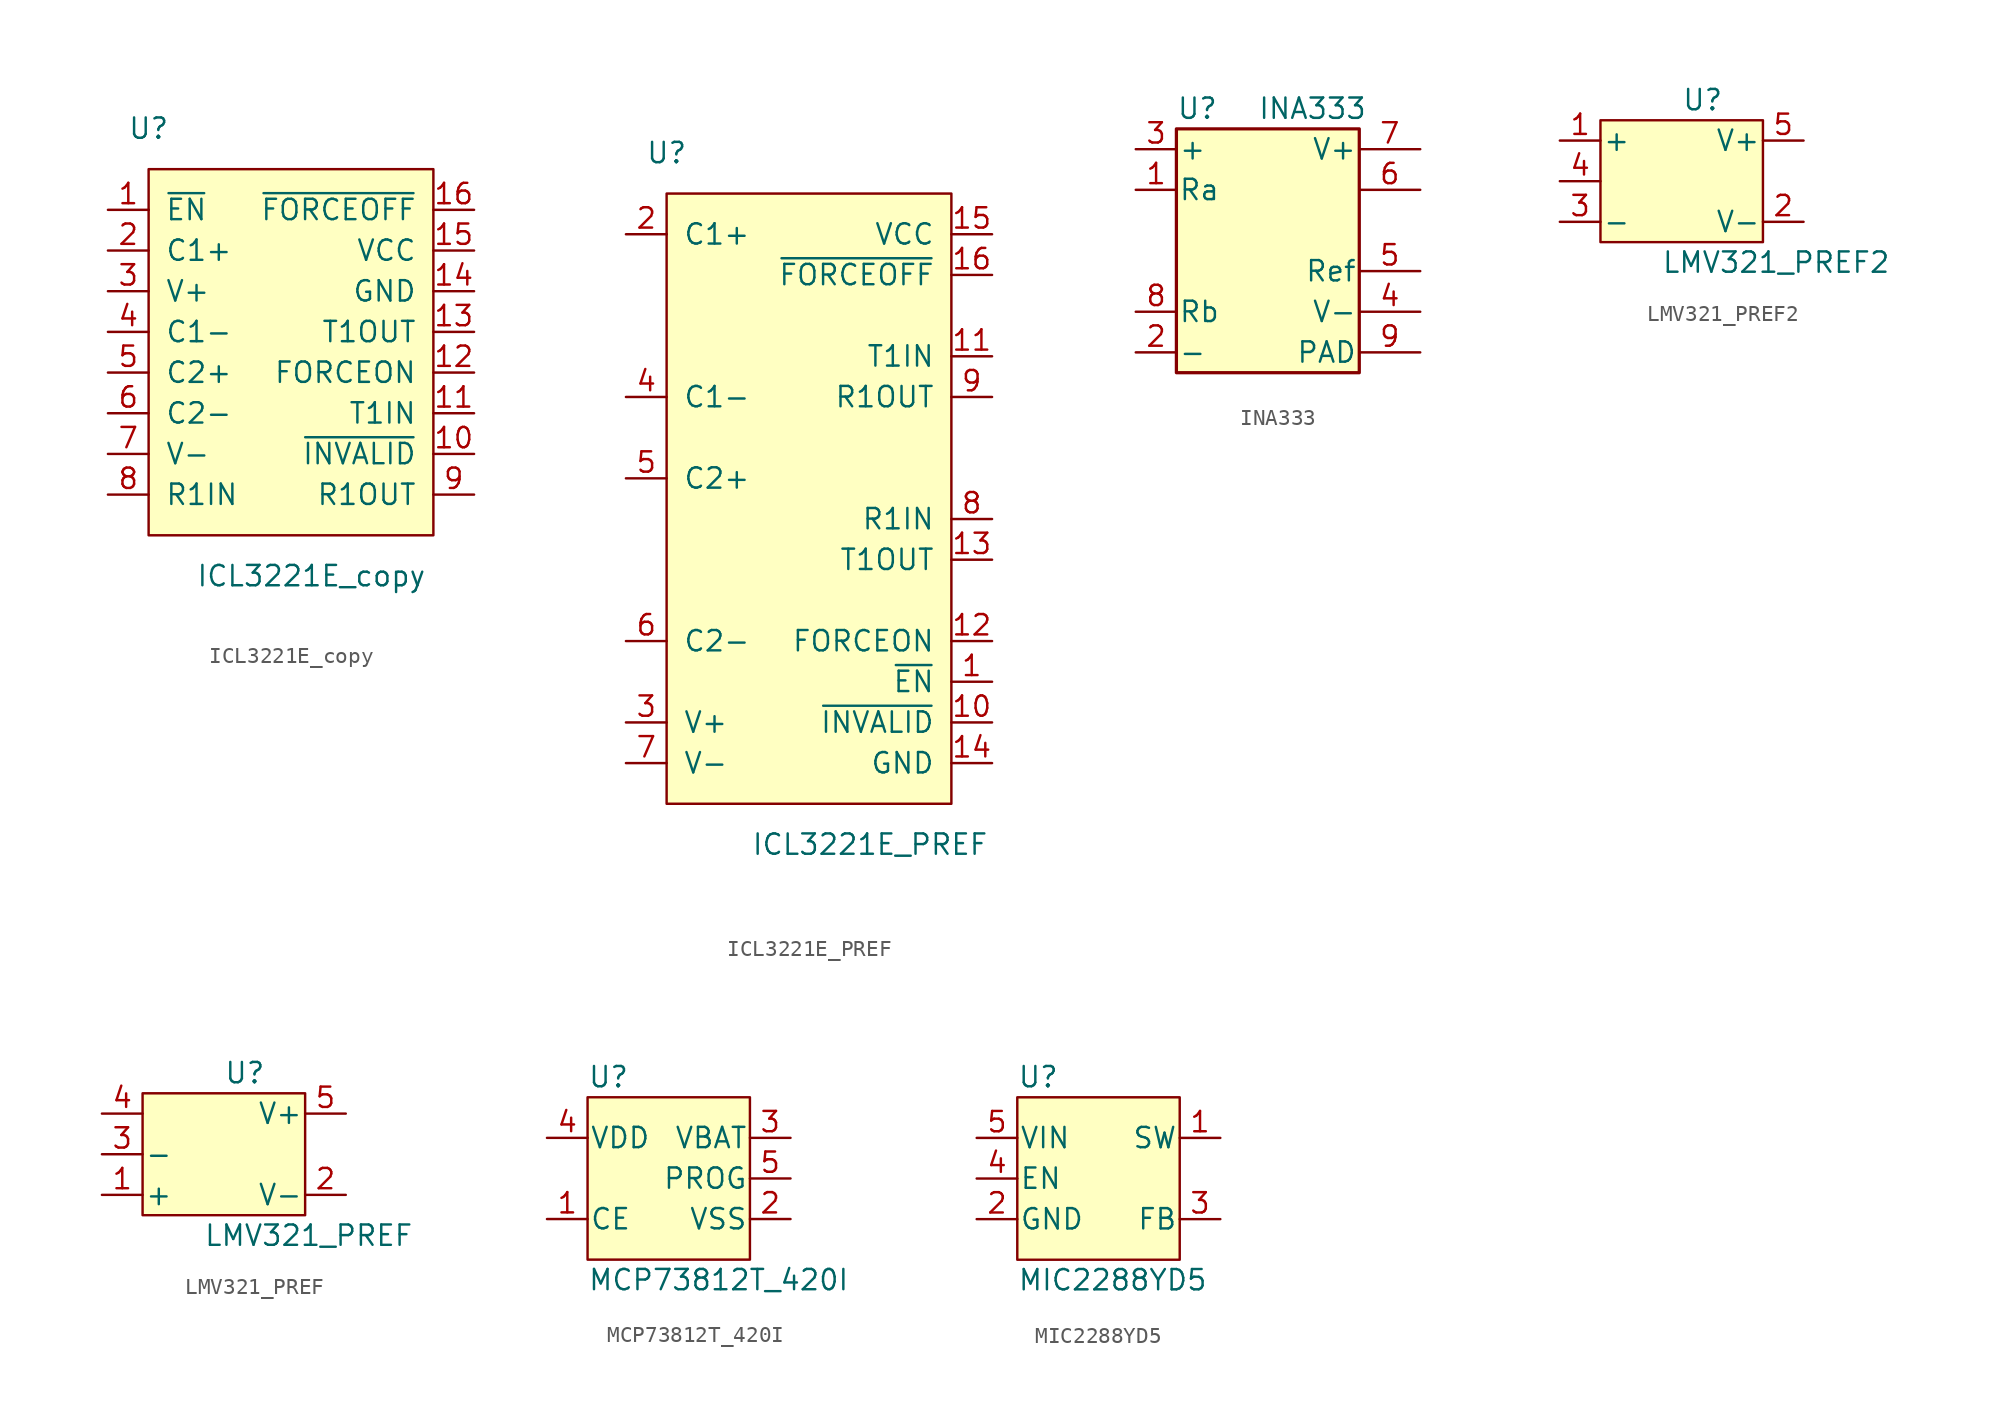
<source format=kicad_sym>
(kicad_symbol_lib
  (version 20220914)
  (generator kicad_symbol_editor)
  (symbol "ICL3221E_copy"
    (pin_names
      (offset 1.016))
    (property "Reference" "U"
      (at -2.54 7.62 0)
      (effects (font (size 1.27 1.27))))
    (property "Value" "ICL3221E_copy"
      (at 7.62 -20.32 0)
      (effects (font (size 1.27 1.27))))
    (symbol "ICL3221E_copy_0_1"
      (rectangle (start -2.54 2.54) (end -2.54 2.54) (stroke (width 0) (type solid)) (fill (type none)))
      (rectangle (start -2.54 5.08) (end 15.24 -17.78) (stroke (width 0) (type solid)) (fill (type background))))
    (symbol "ICL3221E_copy_1_1"
      (pin input line (at -5.08 2.54 0) (length 2.54) (name "~{EN}" (effects (font (size 1.27 1.27)))) (number "1" (effects (font (size 1.27 1.27)))))
      (pin input line (at 17.78 -12.7 180) (length 2.54) (name "~{INVALID}" (effects (font (size 1.27 1.27)))) (number "10" (effects (font (size 1.27 1.27)))))
      (pin input line (at 17.78 -10.16 180) (length 2.54) (name "T1IN" (effects (font (size 1.27 1.27)))) (number "11" (effects (font (size 1.27 1.27)))))
      (pin input line (at 17.78 -7.62 180) (length 2.54) (name "FORCEON" (effects (font (size 1.27 1.27)))) (number "12" (effects (font (size 1.27 1.27)))))
      (pin output line (at 17.78 -5.08 180) (length 2.54) (name "T1OUT" (effects (font (size 1.27 1.27)))) (number "13" (effects (font (size 1.27 1.27)))))
      (pin power_in line (at 17.78 -2.54 180) (length 2.54) (name "GND" (effects (font (size 1.27 1.27)))) (number "14" (effects (font (size 1.27 1.27)))))
      (pin power_in line (at 17.78 0 180) (length 2.54) (name "VCC" (effects (font (size 1.27 1.27)))) (number "15" (effects (font (size 1.27 1.27)))))
      (pin input line (at 17.78 2.54 180) (length 2.54) (name "~{FORCEOFF}" (effects (font (size 1.27 1.27)))) (number "16" (effects (font (size 1.27 1.27)))))
      (pin passive line (at -5.08 0 0) (length 2.54) (name "C1+" (effects (font (size 1.27 1.27)))) (number "2" (effects (font (size 1.27 1.27)))))
      (pin passive line (at -5.08 -2.54 0) (length 2.54) (name "V+" (effects (font (size 1.27 1.27)))) (number "3" (effects (font (size 1.27 1.27)))))
      (pin passive line (at -5.08 -5.08 0) (length 2.54) (name "C1-" (effects (font (size 1.27 1.27)))) (number "4" (effects (font (size 1.27 1.27)))))
      (pin passive line (at -5.08 -7.62 0) (length 2.54) (name "C2+" (effects (font (size 1.27 1.27)))) (number "5" (effects (font (size 1.27 1.27)))))
      (pin passive line (at -5.08 -10.16 0) (length 2.54) (name "C2-" (effects (font (size 1.27 1.27)))) (number "6" (effects (font (size 1.27 1.27)))))
      (pin passive line (at -5.08 -12.7 0) (length 2.54) (name "V-" (effects (font (size 1.27 1.27)))) (number "7" (effects (font (size 1.27 1.27)))))
      (pin input line (at -5.08 -15.24 0) (length 2.54) (name "R1IN" (effects (font (size 1.27 1.27)))) (number "8" (effects (font (size 1.27 1.27)))))
      (pin output line (at 17.78 -15.24 180) (length 2.54) (name "R1OUT" (effects (font (size 1.27 1.27)))) (number "9" (effects (font (size 1.27 1.27)))))))
  (symbol "ICL3221E_PREF"
    (pin_names
      (offset 1.016))
    (property "Reference" "U"
      (at -2.54 7.62 0)
      (effects (font (size 1.27 1.27))))
    (property "Value" "ICL3221E_PREF"
      (at 10.16 -35.56 0)
      (effects (font (size 1.27 1.27))))
    (symbol "ICL3221E_PREF_0_1"
      (rectangle (start -2.54 2.54) (end -2.54 2.54) (stroke (width 0) (type solid)) (fill (type none)))
      (rectangle (start -2.54 5.08) (end 15.24 -33.02) (stroke (width 0) (type solid)) (fill (type background))))
    (symbol "ICL3221E_PREF_1_1"
      (pin input line (at 17.78 -25.4 180) (length 2.54) (name "~{EN}" (effects (font (size 1.27 1.27)))) (number "1" (effects (font (size 1.27 1.27)))))
      (pin input line (at 17.78 -27.94 180) (length 2.54) (name "~{INVALID}" (effects (font (size 1.27 1.27)))) (number "10" (effects (font (size 1.27 1.27)))))
      (pin input line (at 17.78 -5.08 180) (length 2.54) (name "T1IN" (effects (font (size 1.27 1.27)))) (number "11" (effects (font (size 1.27 1.27)))))
      (pin input line (at 17.78 -22.86 180) (length 2.54) (name "FORCEON" (effects (font (size 1.27 1.27)))) (number "12" (effects (font (size 1.27 1.27)))))
      (pin output line (at 17.78 -17.78 180) (length 2.54) (name "T1OUT" (effects (font (size 1.27 1.27)))) (number "13" (effects (font (size 1.27 1.27)))))
      (pin power_in line (at 17.78 -30.48 180) (length 2.54) (name "GND" (effects (font (size 1.27 1.27)))) (number "14" (effects (font (size 1.27 1.27)))))
      (pin power_in line (at 17.78 2.54 180) (length 2.54) (name "VCC" (effects (font (size 1.27 1.27)))) (number "15" (effects (font (size 1.27 1.27)))))
      (pin input line (at 17.78 0 180) (length 2.54) (name "~{FORCEOFF}" (effects (font (size 1.27 1.27)))) (number "16" (effects (font (size 1.27 1.27)))))
      (pin passive line (at -5.08 2.54 0) (length 2.54) (name "C1+" (effects (font (size 1.27 1.27)))) (number "2" (effects (font (size 1.27 1.27)))))
      (pin passive line (at -5.08 -27.94 0) (length 2.54) (name "V+" (effects (font (size 1.27 1.27)))) (number "3" (effects (font (size 1.27 1.27)))))
      (pin passive line (at -5.08 -7.62 0) (length 2.54) (name "C1-" (effects (font (size 1.27 1.27)))) (number "4" (effects (font (size 1.27 1.27)))))
      (pin passive line (at -5.08 -12.7 0) (length 2.54) (name "C2+" (effects (font (size 1.27 1.27)))) (number "5" (effects (font (size 1.27 1.27)))))
      (pin passive line (at -5.08 -22.86 0) (length 2.54) (name "C2-" (effects (font (size 1.27 1.27)))) (number "6" (effects (font (size 1.27 1.27)))))
      (pin passive line (at -5.08 -30.48 0) (length 2.54) (name "V-" (effects (font (size 1.27 1.27)))) (number "7" (effects (font (size 1.27 1.27)))))
      (pin input line (at 17.78 -15.24 180) (length 2.54) (name "R1IN" (effects (font (size 1.27 1.27)))) (number "8" (effects (font (size 1.27 1.27)))))
      (pin output line (at 17.78 -7.62 180) (length 2.54) (name "R1OUT" (effects (font (size 1.27 1.27)))) (number "9" (effects (font (size 1.27 1.27)))))))
  (symbol "INA333"
    (pin_names
      (offset 0.127))
    (property "Reference" "U"
      (at -5.08 10.16 0)
      (effects (font (size 1.27 1.27)) (justify left)))
    (property "Value" "INA333"
      (at 0 10.16 0)
      (effects (font (size 1.27 1.27)) (justify left)))
    (symbol "INA333_0_1"
      (rectangle (start -5.08 8.89) (end 6.35 -6.35) (stroke (width 0.203) (type solid)) (fill (type background))))
    (symbol "INA333_1_1"
      (pin passive line (at -7.62 5.08 0) (length 2.54) (name "Ra" (effects (font (size 1.27 1.27)))) (number "1" (effects (font (size 1.27 1.27)))))
      (pin input line (at -7.62 -5.08 0) (length 2.54) (name "-" (effects (font (size 1.27 1.27)))) (number "2" (effects (font (size 1.27 1.27)))))
      (pin input line (at -7.62 7.62 0) (length 2.54) (name "+" (effects (font (size 1.27 1.27)))) (number "3" (effects (font (size 1.27 1.27)))))
      (pin power_in line (at 10.16 -2.54 180) (length 3.81) (name "V-" (effects (font (size 1.27 1.27)))) (number "4" (effects (font (size 1.27 1.27)))))
      (pin passive line (at 10.16 0 180) (length 3.81) (name "Ref" (effects (font (size 1.27 1.27)))) (number "5" (effects (font (size 1.27 1.27)))))
      (pin output line (at 10.16 5.08 180) (length 3.81) (name "~" (effects (font (size 1.27 1.27)))) (number "6" (effects (font (size 1.27 1.27)))))
      (pin power_in line (at 10.16 7.62 180) (length 3.81) (name "V+" (effects (font (size 1.27 1.27)))) (number "7" (effects (font (size 1.27 1.27)))))
      (pin passive line (at -7.62 -2.54 0) (length 2.54) (name "Rb" (effects (font (size 1.27 1.27)))) (number "8" (effects (font (size 1.27 1.27)))))
      (pin power_in line (at 10.16 -5.08 180) (length 3.81) (name "PAD" (effects (font (size 1.27 1.27)))) (number "9" (effects (font (size 1.27 1.27)))))))
  (symbol "LMV321_PREF2"
    (pin_names
      (offset 0.127))
    (property "Reference" "U"
      (at 0 5.08 0)
      (effects (font (size 1.27 1.27)) (justify left)))
    (property "Value" "LMV321_PREF2"
      (at -1.27 -5.08 0)
      (effects (font (size 1.27 1.27)) (justify left)))
    (symbol "LMV321_PREF2_0_1"
      (rectangle (start -5.08 3.81) (end 5.08 -3.81) (stroke (width 0) (type solid)) (fill (type background)))
      (pin power_in line (at 7.62 -2.54 180) (length 2.54) (name "V-" (effects (font (size 1.27 1.27)))) (number "2" (effects (font (size 1.27 1.27)))))
      (pin power_in line (at 7.62 2.54 180) (length 2.54) (name "V+" (effects (font (size 1.27 1.27)))) (number "5" (effects (font (size 1.27 1.27))))))
    (symbol "LMV321_PREF2_1_1"
      (pin input line (at -7.62 2.54 0) (length 2.54) (name "+" (effects (font (size 1.27 1.27)))) (number "1" (effects (font (size 1.27 1.27)))))
      (pin input line (at -7.62 -2.54 0) (length 2.54) (name "-" (effects (font (size 1.27 1.27)))) (number "3" (effects (font (size 1.27 1.27)))))
      (pin output line (at -7.62 0 0) (length 2.54) (name "~" (effects (font (size 1.27 1.27)))) (number "4" (effects (font (size 1.27 1.27)))))))
  (symbol "LMV321_PREF"
    (pin_names
      (offset 0.127))
    (property "Reference" "U"
      (at 0 5.08 0)
      (effects (font (size 1.27 1.27)) (justify left)))
    (property "Value" "LMV321_PREF"
      (at -1.27 -5.08 0)
      (effects (font (size 1.27 1.27)) (justify left)))
    (symbol "LMV321_PREF_0_1"
      (rectangle (start -5.08 3.81) (end 5.08 -3.81) (stroke (width 0) (type solid)) (fill (type background)))
      (pin power_in line (at 7.62 -2.54 180) (length 2.54) (name "V-" (effects (font (size 1.27 1.27)))) (number "2" (effects (font (size 1.27 1.27)))))
      (pin power_in line (at 7.62 2.54 180) (length 2.54) (name "V+" (effects (font (size 1.27 1.27)))) (number "5" (effects (font (size 1.27 1.27))))))
    (symbol "LMV321_PREF_1_1"
      (pin input line (at -7.62 -2.54 0) (length 2.54) (name "+" (effects (font (size 1.27 1.27)))) (number "1" (effects (font (size 1.27 1.27)))))
      (pin input line (at -7.62 0 0) (length 2.54) (name "-" (effects (font (size 1.27 1.27)))) (number "3" (effects (font (size 1.27 1.27)))))
      (pin output line (at -7.62 2.54 0) (length 2.54) (name "~" (effects (font (size 1.27 1.27)))) (number "4" (effects (font (size 1.27 1.27)))))))
  (symbol "MCP73812T_420I"
    (pin_names
      (offset 0.127))
    (property "Reference" "U"
      (at -5.08 6.35 0)
      (effects (font (size 1.27 1.27)) (justify left)))
    (property "Value" "MCP73812T_420I"
      (at -5.08 -6.35 0)
      (effects (font (size 1.27 1.27)) (justify left)))
    (symbol "MCP73812T_420I_0_1"
      (rectangle (start -5.08 5.08) (end 5.08 -5.08) (stroke (width 0) (type solid)) (fill (type background)))
      (pin power_in line (at 7.62 -2.54 180) (length 2.54) (name "VSS" (effects (font (size 1.27 1.27)))) (number "2" (effects (font (size 1.27 1.27)))))
      (pin input line (at 7.62 0 180) (length 2.54) (name "PROG" (effects (font (size 1.27 1.27)))) (number "5" (effects (font (size 1.27 1.27))))))
    (symbol "MCP73812T_420I_1_1"
      (pin input line (at -7.62 -2.54 0) (length 2.54) (name "CE" (effects (font (size 1.27 1.27)))) (number "1" (effects (font (size 1.27 1.27)))))
      (pin power_out line (at 7.62 2.54 180) (length 2.54) (name "VBAT" (effects (font (size 1.27 1.27)))) (number "3" (effects (font (size 1.27 1.27)))))
      (pin power_in line (at -7.62 2.54 0) (length 2.54) (name "VDD" (effects (font (size 1.27 1.27)))) (number "4" (effects (font (size 1.27 1.27)))))))
  (symbol "MIC2288YD5"
    (pin_names
      (offset 0.127))
    (property "Reference" "U"
      (at -5.08 6.35 0)
      (effects (font (size 1.27 1.27)) (justify left)))
    (property "Value" "MIC2288YD5"
      (at -5.08 -6.35 0)
      (effects (font (size 1.27 1.27)) (justify left)))
    (symbol "MIC2288YD5_0_1"
      (rectangle (start -5.08 5.08) (end 5.08 -5.08) (stroke (width 0) (type solid)) (fill (type background)))
      (pin power_in line (at -7.62 -2.54 0) (length 2.54) (name "GND" (effects (font (size 1.27 1.27)))) (number "2" (effects (font (size 1.27 1.27)))))
      (pin power_in line (at -7.62 2.54 0) (length 2.54) (name "VIN" (effects (font (size 1.27 1.27)))) (number "5" (effects (font (size 1.27 1.27))))))
    (symbol "MIC2288YD5_1_1"
      (pin power_out line (at 7.62 2.54 180) (length 2.54) (name "SW" (effects (font (size 1.27 1.27)))) (number "1" (effects (font (size 1.27 1.27)))))
      (pin input line (at 7.62 -2.54 180) (length 2.54) (name "FB" (effects (font (size 1.27 1.27)))) (number "3" (effects (font (size 1.27 1.27)))))
      (pin output line (at -7.62 0 0) (length 2.54) (name "EN" (effects (font (size 1.27 1.27)))) (number "4" (effects (font (size 1.27 1.27))))))))
</source>
